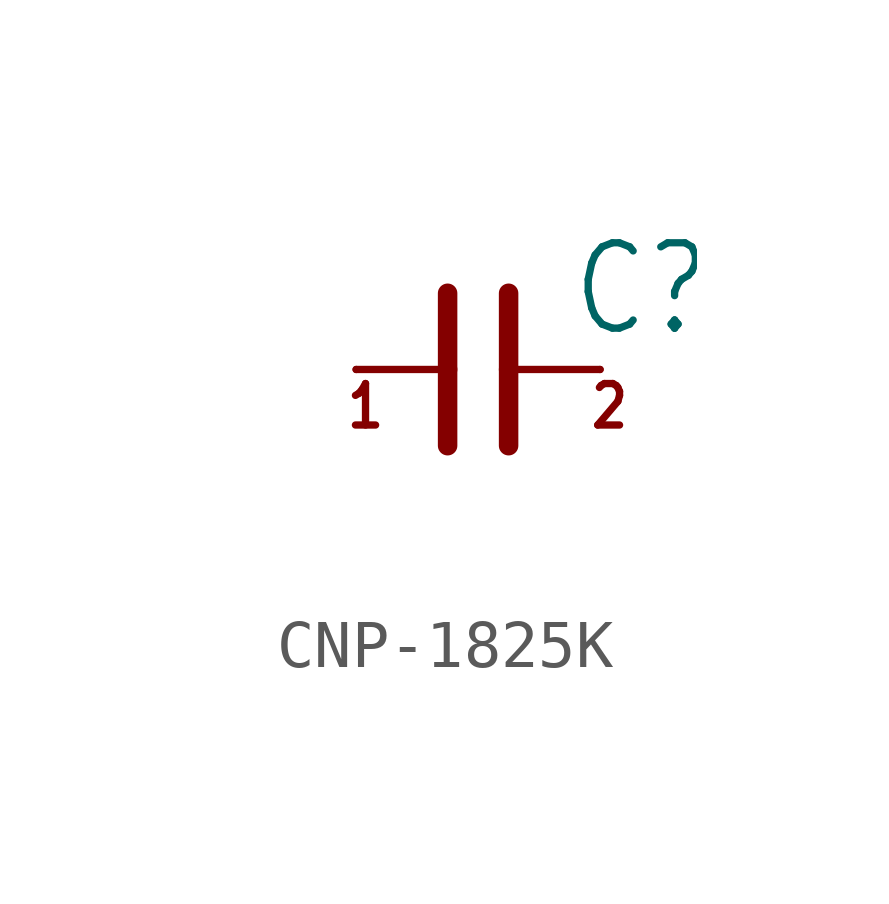
<source format=kicad_sym>
(kicad_symbol_lib
  (version 20241209)
  (generator "kicad_symbol_editor")
  (generator_version "9.0")
  (symbol "CNP-1825K"
    (property "Reference" "C"
      (at 1.905 0.635 0)
      (effects (font (size 1.778 1.511)) (justify left bottom)))
    (property "Value" ""
      (at -5.08 -4.128 0)
      (effects (font (size 1.778 1.511)) (justify left bottom)))
    (property "ki_locked" ""
      (at 0 0 0)
      (effects (font (size 1.27 1.27))))
    (symbol "CNP-1825K_1_0"
      (polyline (pts (xy -2.54 0) (xy -0.635 0)) (stroke (width 0.152) (type solid)) (fill (type none)))
      (polyline (pts (xy -0.635 1.587) (xy -0.635 0)) (stroke (width 0.406) (type solid)) (fill (type none)))
      (polyline (pts (xy -0.635 0) (xy -0.635 -1.587)) (stroke (width 0.406) (type solid)) (fill (type none)))
      (polyline (pts (xy 0.635 1.587) (xy 0.635 0)) (stroke (width 0.406) (type solid)) (fill (type none)))
      (polyline (pts (xy 0.635 0) (xy 0.635 -1.587)) (stroke (width 0.406) (type solid)) (fill (type none)))
      (polyline (pts (xy 2.54 0) (xy 0.635 0)) (stroke (width 0.152) (type solid)) (fill (type none)))
      (text "1" (at -2.794 -1.27 0) (effects (font (size 0.864 0.734)) (justify left bottom)))
      (text "2" (at 2.286 -1.27 0) (effects (font (size 0.864 0.734)) (justify left bottom)))
      (pin passive line (at -2.54 0 0) (length 0) (name "1" (effects (font (size 0 0)))) (number "1" (effects (font (size 0 0)))))
      (pin passive line (at 2.54 0 180) (length 0) (name "2" (effects (font (size 0 0)))) (number "2" (effects (font (size 0 0))))))))
</source>
